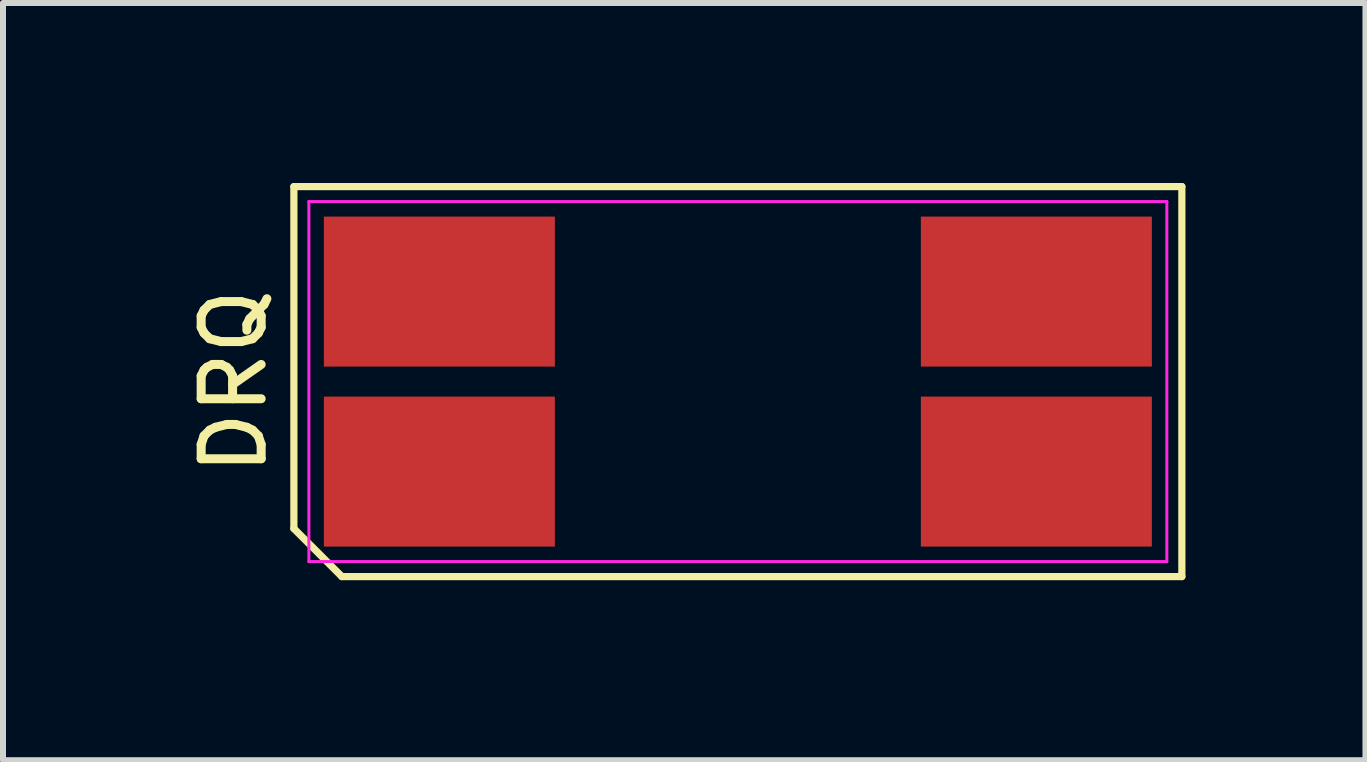
<source format=kicad_pcb>
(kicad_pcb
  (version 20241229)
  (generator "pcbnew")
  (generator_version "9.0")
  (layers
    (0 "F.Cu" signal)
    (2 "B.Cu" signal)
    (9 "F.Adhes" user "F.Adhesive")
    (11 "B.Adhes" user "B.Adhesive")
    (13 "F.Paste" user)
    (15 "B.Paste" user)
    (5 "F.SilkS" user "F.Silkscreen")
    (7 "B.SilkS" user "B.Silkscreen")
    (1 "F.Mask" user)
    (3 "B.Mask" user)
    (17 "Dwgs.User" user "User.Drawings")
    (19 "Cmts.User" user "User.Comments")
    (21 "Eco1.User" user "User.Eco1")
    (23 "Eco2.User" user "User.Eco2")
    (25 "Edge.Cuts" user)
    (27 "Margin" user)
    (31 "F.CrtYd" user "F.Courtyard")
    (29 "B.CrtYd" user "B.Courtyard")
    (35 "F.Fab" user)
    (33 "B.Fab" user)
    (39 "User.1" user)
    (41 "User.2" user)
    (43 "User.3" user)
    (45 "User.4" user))
  (footprint "DRQ"
    (layer "F.Cu")
    (at 9.248 3.31)
    (property "Reference" "DRQ" (at -8.4 0 90) (layer "F.SilkS") (effects (font (size 1 1) (thickness 0.15))))
    (attr through_hole)
    (fp_line (start -7.4 -3.25) (end 7.4 -3.25) (stroke (width 0.12) (type solid)) (layer "F.SilkS"))
    (fp_line (start -7.4 2.45) (end -7.4 -3.25) (stroke (width 0.12) (type solid)) (layer "F.SilkS"))
    (fp_line (start -6.6 3.25) (end -7.4 2.45) (stroke (width 0.12) (type solid)) (layer "F.SilkS"))
    (fp_line (start 7.4 -3.25) (end 7.4 3.25) (stroke (width 0.12) (type solid)) (layer "F.SilkS"))
    (fp_line (start 7.4 3.25) (end -6.6 3.25) (stroke (width 0.12) (type solid)) (layer "F.SilkS"))
    (fp_line (start -7.15 -3) (end 7.15 -3) (stroke (width 0.05) (type solid)) (layer "F.CrtYd"))
    (fp_line (start -7.15 3) (end -7.15 -3) (stroke (width 0.05) (type solid)) (layer "F.CrtYd"))
    (fp_line (start 7.15 -3) (end 7.15 3) (stroke (width 0.05) (type solid)) (layer "F.CrtYd"))
    (fp_line (start 7.15 3) (end -7.15 3) (stroke (width 0.05) (type solid)) (layer "F.CrtYd"))
    (pad "1" smd rect (at -4.975 1.5) (size 3.85 2.5) (layers "F.Cu" "F.Mask" "F.Paste"))
    (pad "2" smd rect (at -4.975 -1.5) (size 3.85 2.5) (layers "F.Cu" "F.Mask" "F.Paste"))
    (pad "3" smd rect (at 4.975 -1.5) (size 3.85 2.5) (layers "F.Cu" "F.Mask" "F.Paste"))
    (pad "4" smd rect (at 4.975 1.5) (size 3.85 2.5) (layers "F.Cu" "F.Mask" "F.Paste")))
  (gr_rect
    (start -3 -3)
    (end 19.708 9.62)
    (stroke (width 0.1) (type default))
    (fill no)
    (layer "Edge.Cuts")))
</source>
